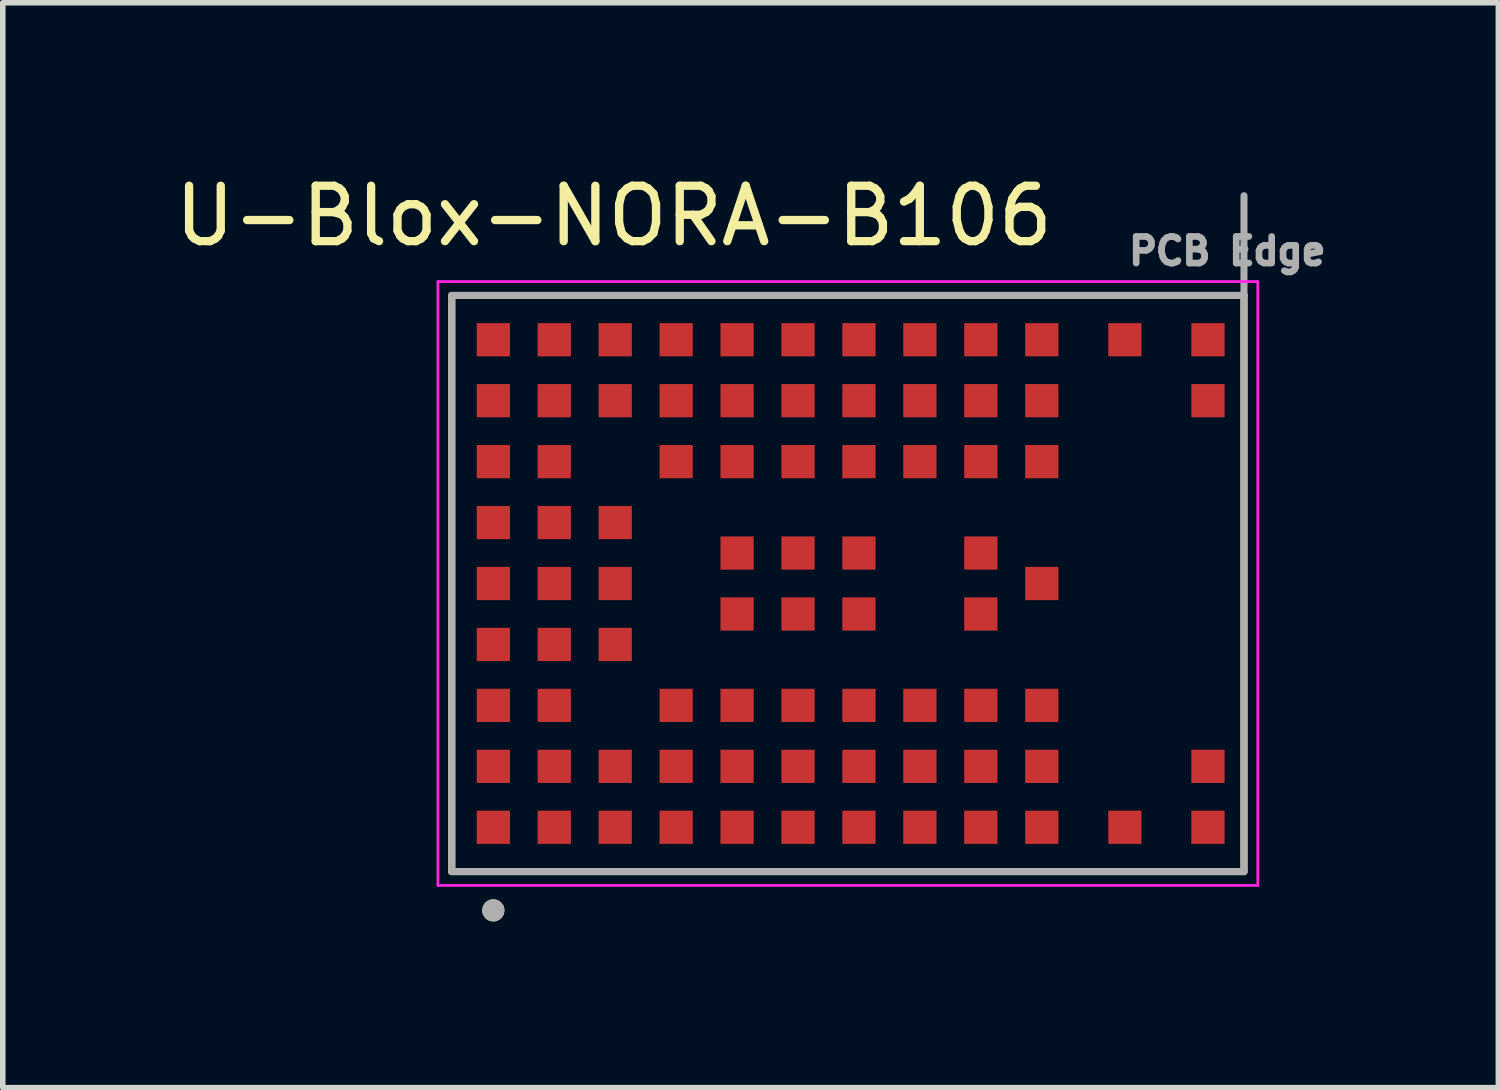
<source format=kicad_pcb>
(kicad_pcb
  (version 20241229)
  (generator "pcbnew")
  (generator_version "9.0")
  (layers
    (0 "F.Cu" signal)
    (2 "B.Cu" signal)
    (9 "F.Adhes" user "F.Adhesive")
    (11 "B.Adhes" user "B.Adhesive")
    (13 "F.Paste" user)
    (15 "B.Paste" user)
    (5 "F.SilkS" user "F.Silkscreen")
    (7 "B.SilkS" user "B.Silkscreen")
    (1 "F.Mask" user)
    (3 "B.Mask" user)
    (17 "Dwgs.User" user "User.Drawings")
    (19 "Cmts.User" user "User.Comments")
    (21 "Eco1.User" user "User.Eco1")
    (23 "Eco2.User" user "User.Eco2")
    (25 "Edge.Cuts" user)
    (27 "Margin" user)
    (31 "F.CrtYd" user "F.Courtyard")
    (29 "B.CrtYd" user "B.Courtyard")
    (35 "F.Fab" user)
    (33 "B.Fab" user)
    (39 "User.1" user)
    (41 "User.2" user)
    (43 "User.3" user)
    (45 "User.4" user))
  (footprint "U-Blox-NORA-B106"
    (layer "F.Cu")
    (at 11.355 7.483)
    (property "Reference" "U-Blox-NORA-B106" (at -3.325 -6.635 0) (layer "F.SilkS") (effects (font (size 1 1) (thickness 0.15))))
    (attr smd)
    (fp_line (start -6.25 -5.2) (end 8.05 -5.2) (stroke (width 0.127) (type solid)) (layer "F.SilkS"))
    (fp_line (start -6.25 5.2) (end -6.25 -5.2) (stroke (width 0.127) (type solid)) (layer "F.SilkS"))
    (fp_line (start 8.05 -5.2) (end 8.05 5.2) (stroke (width 0.127) (type solid)) (layer "F.SilkS"))
    (fp_line (start 8.05 5.2) (end -6.25 5.2) (stroke (width 0.127) (type solid)) (layer "F.SilkS"))
    (fp_circle (center -5.5 5.9) (end -5.4 5.9) (stroke (width 0.2) (type solid)) (fill no) (layer "F.SilkS"))
    (fp_line (start -6.5 -5.45) (end -6.5 5.45) (stroke (width 0.05) (type solid)) (layer "F.CrtYd"))
    (fp_line (start -6.5 5.45) (end 8.3 5.45) (stroke (width 0.05) (type solid)) (layer "F.CrtYd"))
    (fp_line (start 8.3 -5.45) (end -6.5 -5.45) (stroke (width 0.05) (type solid)) (layer "F.CrtYd"))
    (fp_line (start 8.3 5.45) (end 8.3 -5.45) (stroke (width 0.05) (type solid)) (layer "F.CrtYd"))
    (fp_line (start -6.25 -5.2) (end 8.05 -5.2) (stroke (width 0.127) (type solid)) (layer "F.Fab"))
    (fp_line (start -6.25 5.2) (end -6.25 -5.2) (stroke (width 0.127) (type solid)) (layer "F.Fab"))
    (fp_line (start 8.05 -7) (end 8.05 -5.2) (stroke (width 0.127) (type solid)) (layer "F.Fab"))
    (fp_line (start 8.05 -5.2) (end 8.05 5.2) (stroke (width 0.127) (type solid)) (layer "F.Fab"))
    (fp_line (start 8.05 5.2) (end -6.25 5.2) (stroke (width 0.127) (type solid)) (layer "F.Fab"))
    (fp_circle (center -5.5 5.9) (end -5.4 5.9) (stroke (width 0.2) (type solid)) (fill no) (layer "F.Fab"))
    (fp_text user "PCB Edge" (at 7.75 -6 0) (layer "F.Fab") (effects (font (size 0.48 0.48) (thickness 0.15))))
    (pad "A1" smd rect (at -5.5 4.4) (size 0.6 0.6) (layers "F.Cu" "F.Mask" "F.Paste"))
    (pad "A2" smd rect (at -5.5 3.3) (size 0.6 0.6) (layers "F.Cu" "F.Mask" "F.Paste"))
    (pad "A3" smd rect (at -5.5 2.2) (size 0.6 0.6) (layers "F.Cu" "F.Mask" "F.Paste"))
    (pad "A4" smd rect (at -5.5 1.1) (size 0.6 0.6) (layers "F.Cu" "F.Mask" "F.Paste"))
    (pad "A5" smd rect (at -5.5 0) (size 0.6 0.6) (layers "F.Cu" "F.Mask" "F.Paste"))
    (pad "A6" smd rect (at -5.5 -1.1) (size 0.6 0.6) (layers "F.Cu" "F.Mask" "F.Paste"))
    (pad "A7" smd rect (at -5.5 -2.2) (size 0.6 0.6) (layers "F.Cu" "F.Mask" "F.Paste"))
    (pad "A8" smd rect (at -5.5 -3.3) (size 0.6 0.6) (layers "F.Cu" "F.Mask" "F.Paste"))
    (pad "A9" smd rect (at -5.5 -4.4) (size 0.6 0.6) (layers "F.Cu" "F.Mask" "F.Paste"))
    (pad "B1" smd rect (at -4.4 4.4) (size 0.6 0.6) (layers "F.Cu" "F.Mask" "F.Paste"))
    (pad "B2" smd rect (at -4.4 3.3) (size 0.6 0.6) (layers "F.Cu" "F.Mask" "F.Paste"))
    (pad "B3" smd rect (at -4.4 2.2) (size 0.6 0.6) (layers "F.Cu" "F.Mask" "F.Paste"))
    (pad "B4" smd rect (at -4.4 1.1) (size 0.6 0.6) (layers "F.Cu" "F.Mask" "F.Paste"))
    (pad "B5" smd rect (at -4.4 0) (size 0.6 0.6) (layers "F.Cu" "F.Mask" "F.Paste"))
    (pad "B6" smd rect (at -4.4 -1.1) (size 0.6 0.6) (layers "F.Cu" "F.Mask" "F.Paste"))
    (pad "B7" smd rect (at -4.4 -2.2) (size 0.6 0.6) (layers "F.Cu" "F.Mask" "F.Paste"))
    (pad "B8" smd rect (at -4.4 -3.3) (size 0.6 0.6) (layers "F.Cu" "F.Mask" "F.Paste"))
    (pad "B9" smd rect (at -4.4 -4.4) (size 0.6 0.6) (layers "F.Cu" "F.Mask" "F.Paste"))
    (pad "C1" smd rect (at -3.3 4.4) (size 0.6 0.6) (layers "F.Cu" "F.Mask" "F.Paste"))
    (pad "C2" smd rect (at -3.3 3.3) (size 0.6 0.6) (layers "F.Cu" "F.Mask" "F.Paste"))
    (pad "C4" smd rect (at -3.3 1.1) (size 0.6 0.6) (layers "F.Cu" "F.Mask" "F.Paste"))
    (pad "C5" smd rect (at -3.3 0) (size 0.6 0.6) (layers "F.Cu" "F.Mask" "F.Paste"))
    (pad "C6" smd rect (at -3.3 -1.1) (size 0.6 0.6) (layers "F.Cu" "F.Mask" "F.Paste"))
    (pad "C8" smd rect (at -3.3 -3.3) (size 0.6 0.6) (layers "F.Cu" "F.Mask" "F.Paste"))
    (pad "C9" smd rect (at -3.3 -4.4) (size 0.6 0.6) (layers "F.Cu" "F.Mask" "F.Paste"))
    (pad "D1" smd rect (at -2.2 4.4) (size 0.6 0.6) (layers "F.Cu" "F.Mask" "F.Paste"))
    (pad "D2" smd rect (at -2.2 3.3) (size 0.6 0.6) (layers "F.Cu" "F.Mask" "F.Paste"))
    (pad "D3" smd rect (at -2.2 2.2) (size 0.6 0.6) (layers "F.Cu" "F.Mask" "F.Paste"))
    (pad "D7" smd rect (at -2.2 -2.2) (size 0.6 0.6) (layers "F.Cu" "F.Mask" "F.Paste"))
    (pad "D8" smd rect (at -2.2 -3.3) (size 0.6 0.6) (layers "F.Cu" "F.Mask" "F.Paste"))
    (pad "D9" smd rect (at -2.2 -4.4) (size 0.6 0.6) (layers "F.Cu" "F.Mask" "F.Paste"))
    (pad "E1" smd rect (at -1.1 4.4) (size 0.6 0.6) (layers "F.Cu" "F.Mask" "F.Paste"))
    (pad "E2" smd rect (at -1.1 3.3) (size 0.6 0.6) (layers "F.Cu" "F.Mask" "F.Paste"))
    (pad "E3" smd rect (at -1.1 2.2) (size 0.6 0.6) (layers "F.Cu" "F.Mask" "F.Paste"))
    (pad "E4" smd rect (at -1.1 0.55) (size 0.6 0.6) (layers "F.Cu" "F.Mask" "F.Paste"))
    (pad "E5" smd rect (at -1.1 -0.55) (size 0.6 0.6) (layers "F.Cu" "F.Mask" "F.Paste"))
    (pad "E7" smd rect (at -1.1 -2.2) (size 0.6 0.6) (layers "F.Cu" "F.Mask" "F.Paste"))
    (pad "E8" smd rect (at -1.1 -3.3) (size 0.6 0.6) (layers "F.Cu" "F.Mask" "F.Paste"))
    (pad "E9" smd rect (at -1.1 -4.4) (size 0.6 0.6) (layers "F.Cu" "F.Mask" "F.Paste"))
    (pad "F1" smd rect (at 0 4.4) (size 0.6 0.6) (layers "F.Cu" "F.Mask" "F.Paste"))
    (pad "F2" smd rect (at 0 3.3) (size 0.6 0.6) (layers "F.Cu" "F.Mask" "F.Paste"))
    (pad "F3" smd rect (at 0 2.2) (size 0.6 0.6) (layers "F.Cu" "F.Mask" "F.Paste"))
    (pad "F4" smd rect (at 0 0.55) (size 0.6 0.6) (layers "F.Cu" "F.Mask" "F.Paste"))
    (pad "F5" smd rect (at 0 -0.55) (size 0.6 0.6) (layers "F.Cu" "F.Mask" "F.Paste"))
    (pad "F7" smd rect (at 0 -2.2) (size 0.6 0.6) (layers "F.Cu" "F.Mask" "F.Paste"))
    (pad "F8" smd rect (at 0 -3.3) (size 0.6 0.6) (layers "F.Cu" "F.Mask" "F.Paste"))
    (pad "F9" smd rect (at 0 -4.4) (size 0.6 0.6) (layers "F.Cu" "F.Mask" "F.Paste"))
    (pad "G1" smd rect (at 1.1 4.4) (size 0.6 0.6) (layers "F.Cu" "F.Mask" "F.Paste"))
    (pad "G2" smd rect (at 1.1 3.3) (size 0.6 0.6) (layers "F.Cu" "F.Mask" "F.Paste"))
    (pad "G3" smd rect (at 1.1 2.2) (size 0.6 0.6) (layers "F.Cu" "F.Mask" "F.Paste"))
    (pad "G4" smd rect (at 1.1 0.55) (size 0.6 0.6) (layers "F.Cu" "F.Mask" "F.Paste"))
    (pad "G5" smd rect (at 1.1 -0.55) (size 0.6 0.6) (layers "F.Cu" "F.Mask" "F.Paste"))
    (pad "G7" smd rect (at 1.1 -2.2) (size 0.6 0.6) (layers "F.Cu" "F.Mask" "F.Paste"))
    (pad "G8" smd rect (at 1.1 -3.3) (size 0.6 0.6) (layers "F.Cu" "F.Mask" "F.Paste"))
    (pad "G9" smd rect (at 1.1 -4.4) (size 0.6 0.6) (layers "F.Cu" "F.Mask" "F.Paste"))
    (pad "H1" smd rect (at 2.2 4.4) (size 0.6 0.6) (layers "F.Cu" "F.Mask" "F.Paste"))
    (pad "H2" smd rect (at 2.2 3.3) (size 0.6 0.6) (layers "F.Cu" "F.Mask" "F.Paste"))
    (pad "H3" smd rect (at 2.2 2.2) (size 0.6 0.6) (layers "F.Cu" "F.Mask" "F.Paste"))
    (pad "H7" smd rect (at 2.2 -2.2) (size 0.6 0.6) (layers "F.Cu" "F.Mask" "F.Paste"))
    (pad "H8" smd rect (at 2.2 -3.3) (size 0.6 0.6) (layers "F.Cu" "F.Mask" "F.Paste"))
    (pad "H9" smd rect (at 2.2 -4.4) (size 0.6 0.6) (layers "F.Cu" "F.Mask" "F.Paste"))
    (pad "J1" smd rect (at 3.3 4.4) (size 0.6 0.6) (layers "F.Cu" "F.Mask" "F.Paste"))
    (pad "J2" smd rect (at 3.3 3.3) (size 0.6 0.6) (layers "F.Cu" "F.Mask" "F.Paste"))
    (pad "J3" smd rect (at 3.3 2.2) (size 0.6 0.6) (layers "F.Cu" "F.Mask" "F.Paste"))
    (pad "J4" smd rect (at 3.3 0.55) (size 0.6 0.6) (layers "F.Cu" "F.Mask" "F.Paste"))
    (pad "J5" smd rect (at 3.3 -0.55) (size 0.6 0.6) (layers "F.Cu" "F.Mask" "F.Paste"))
    (pad "J7" smd rect (at 3.3 -2.2) (size 0.6 0.6) (layers "F.Cu" "F.Mask" "F.Paste"))
    (pad "J8" smd rect (at 3.3 -3.3) (size 0.6 0.6) (layers "F.Cu" "F.Mask" "F.Paste"))
    (pad "J9" smd rect (at 3.3 -4.4) (size 0.6 0.6) (layers "F.Cu" "F.Mask" "F.Paste"))
    (pad "K1" smd rect (at 4.4 4.4) (size 0.6 0.6) (layers "F.Cu" "F.Mask" "F.Paste"))
    (pad "K2" smd rect (at 4.4 3.3) (size 0.6 0.6) (layers "F.Cu" "F.Mask" "F.Paste"))
    (pad "K3" smd rect (at 4.4 2.2) (size 0.6 0.6) (layers "F.Cu" "F.Mask" "F.Paste"))
    (pad "K5" smd rect (at 4.4 0) (size 0.6 0.6) (layers "F.Cu" "F.Mask" "F.Paste"))
    (pad "K7" smd rect (at 4.4 -2.2) (size 0.6 0.6) (layers "F.Cu" "F.Mask" "F.Paste"))
    (pad "K8" smd rect (at 4.4 -3.3) (size 0.6 0.6) (layers "F.Cu" "F.Mask" "F.Paste"))
    (pad "K9" smd rect (at 4.4 -4.4) (size 0.6 0.6) (layers "F.Cu" "F.Mask" "F.Paste"))
    (pad "L1" smd rect (at 5.9 4.4) (size 0.6 0.6) (layers "F.Cu" "F.Mask" "F.Paste"))
    (pad "L9" smd rect (at 5.9 -4.4) (size 0.6 0.6) (layers "F.Cu" "F.Mask" "F.Paste"))
    (pad "M1" smd rect (at 7.4 4.4) (size 0.6 0.6) (layers "F.Cu" "F.Mask" "F.Paste"))
    (pad "M2" smd rect (at 7.4 3.3) (size 0.6 0.6) (layers "F.Cu" "F.Mask" "F.Paste"))
    (pad "M8" smd rect (at 7.4 -3.3) (size 0.6 0.6) (layers "F.Cu" "F.Mask" "F.Paste"))
    (pad "M9" smd rect (at 7.4 -4.4) (size 0.6 0.6) (layers "F.Cu" "F.Mask" "F.Paste"))
    (zone (net_name "") (layer "F.Cu") (hatch full 0.508) (connect_pads) (min_thickness 0.01) (filled_areas_thickness no) (keepout (tracks not_allowed) (vias not_allowed) (pads not_allowed) (copperpour not_allowed) (footprints allowed)) (placement (enabled no)) (fill) (polygon (pts (xy 16.055 3.383) (xy 16.055 11.583) (xy 18.455 11.583) (xy 18.455 10.483) (xy 19.255 10.483) (xy 19.255 12.683) (xy 19.405 12.683) (xy 19.405 2.283) (xy 19.255 2.283) (xy 19.255 4.483) (xy 18.455 4.483) (xy 18.455 3.383))))
    (zone (net_name "") (layers "F.Cu" "B.Cu") (hatch full 0.508) (connect_pads) (min_thickness 0.01) (filled_areas_thickness no) (keepout (tracks allowed) (vias not_allowed) (pads allowed) (copperpour allowed) (footprints allowed)) (placement (enabled no)) (fill) (polygon (pts (xy 16.055 3.383) (xy 16.055 11.583) (xy 18.455 11.583) (xy 18.455 10.483) (xy 19.255 10.483) (xy 19.255 12.683) (xy 19.405 12.683) (xy 19.405 2.283) (xy 19.255 2.283) (xy 19.255 4.483) (xy 18.455 4.483) (xy 18.455 3.383))))
    (zone (net_name "") (layer "B.Cu") (hatch full 0.508) (connect_pads) (min_thickness 0.01) (filled_areas_thickness no) (keepout (tracks not_allowed) (vias not_allowed) (pads not_allowed) (copperpour not_allowed) (footprints allowed)) (placement (enabled no)) (fill) (polygon (pts (xy 16.055 3.383) (xy 16.055 11.583) (xy 18.455 11.583) (xy 18.455 10.483) (xy 19.255 10.483) (xy 19.255 12.683) (xy 19.405 12.683) (xy 19.405 2.283) (xy 19.255 2.283) (xy 19.255 4.483) (xy 18.455 4.483) (xy 18.455 3.383)))))
  (gr_rect
    (start -3 -3)
    (end 23.997 16.583)
    (stroke (width 0.1) (type default))
    (fill no)
    (layer "Edge.Cuts")))
</source>
